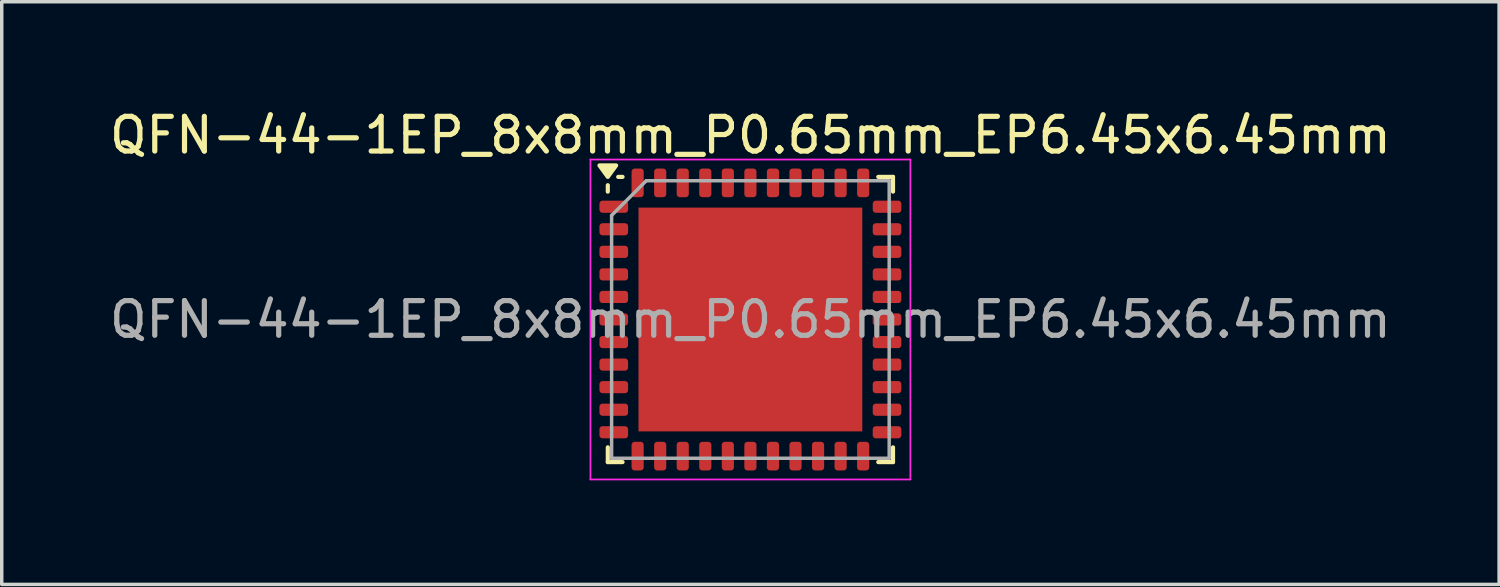
<source format=kicad_pcb>
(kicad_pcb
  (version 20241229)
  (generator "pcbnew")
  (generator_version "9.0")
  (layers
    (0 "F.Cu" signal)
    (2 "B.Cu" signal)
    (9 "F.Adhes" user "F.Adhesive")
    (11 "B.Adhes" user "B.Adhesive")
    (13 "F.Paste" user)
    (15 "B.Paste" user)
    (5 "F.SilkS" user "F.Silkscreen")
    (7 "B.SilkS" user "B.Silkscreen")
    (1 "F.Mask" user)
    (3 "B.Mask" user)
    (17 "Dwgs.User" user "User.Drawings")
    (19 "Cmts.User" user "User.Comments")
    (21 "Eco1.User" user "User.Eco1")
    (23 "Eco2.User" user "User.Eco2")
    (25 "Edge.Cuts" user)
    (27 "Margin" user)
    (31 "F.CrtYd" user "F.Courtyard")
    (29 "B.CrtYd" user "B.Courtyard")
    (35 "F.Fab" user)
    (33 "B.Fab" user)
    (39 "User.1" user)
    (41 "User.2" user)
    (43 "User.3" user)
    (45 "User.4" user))
  (footprint "QFN-44-1EP_8x8mm_P0.65mm_EP6.45x6.45mm"
    (layer "F.Cu")
    (at 18.577 6.158)
    (property "Reference" "QFN-44-1EP_8x8mm_P0.65mm_EP6.45x6.45mm" (at 0 -5.31 0) (layer "F.SilkS") (effects (font (size 1 1) (thickness 0.15))))
    (attr smd)
    (fp_line (start -4.11 -3.685) (end -4.11 -3.87) (stroke (width 0.12) (type solid)) (layer "F.SilkS"))
    (fp_line (start -4.11 4.11) (end -4.11 3.685) (stroke (width 0.12) (type solid)) (layer "F.SilkS"))
    (fp_line (start -3.685 -4.11) (end -3.81 -4.11) (stroke (width 0.12) (type solid)) (layer "F.SilkS"))
    (fp_line (start -3.685 4.11) (end -4.11 4.11) (stroke (width 0.12) (type solid)) (layer "F.SilkS"))
    (fp_line (start 3.685 -4.11) (end 4.11 -4.11) (stroke (width 0.12) (type solid)) (layer "F.SilkS"))
    (fp_line (start 3.685 4.11) (end 4.11 4.11) (stroke (width 0.12) (type solid)) (layer "F.SilkS"))
    (fp_line (start 4.11 -4.11) (end 4.11 -3.685) (stroke (width 0.12) (type solid)) (layer "F.SilkS"))
    (fp_line (start 4.11 4.11) (end 4.11 3.685) (stroke (width 0.12) (type solid)) (layer "F.SilkS"))
    (fp_poly (pts (xy -4.11 -4.11) (xy -4.35 -4.44) (xy -3.87 -4.44) (xy -4.11 -4.11)) (stroke (width 0.12) (type solid)) (fill yes) (layer "F.SilkS"))
    (fp_line (start -4.61 -4.61) (end -4.61 4.61) (stroke (width 0.05) (type solid)) (layer "F.CrtYd"))
    (fp_line (start -4.61 4.61) (end 4.61 4.61) (stroke (width 0.05) (type solid)) (layer "F.CrtYd"))
    (fp_line (start 4.61 -4.61) (end -4.61 -4.61) (stroke (width 0.05) (type solid)) (layer "F.CrtYd"))
    (fp_line (start 4.61 4.61) (end 4.61 -4.61) (stroke (width 0.05) (type solid)) (layer "F.CrtYd"))
    (fp_line (start -4 -3) (end -3 -4) (stroke (width 0.1) (type solid)) (layer "F.Fab"))
    (fp_line (start -4 4) (end -4 -3) (stroke (width 0.1) (type solid)) (layer "F.Fab"))
    (fp_line (start -3 -4) (end 4 -4) (stroke (width 0.1) (type solid)) (layer "F.Fab"))
    (fp_line (start 4 -4) (end 4 4) (stroke (width 0.1) (type solid)) (layer "F.Fab"))
    (fp_line (start 4 4) (end -4 4) (stroke (width 0.1) (type solid)) (layer "F.Fab"))
    (fp_text user "${REFERENCE}" (at 0 0 0) (layer "F.Fab") (effects (font (size 1 1) (thickness 0.15))))
    (pad "" smd roundrect (at -2.58 -2.58) (size 1.04 1.04) (layers "F.Paste") (roundrect_rratio 0.24))
    (pad "" smd roundrect (at -2.58 -1.29) (size 1.04 1.04) (layers "F.Paste") (roundrect_rratio 0.24))
    (pad "" smd roundrect (at -2.58 0) (size 1.04 1.04) (layers "F.Paste") (roundrect_rratio 0.24))
    (pad "" smd roundrect (at -2.58 1.29) (size 1.04 1.04) (layers "F.Paste") (roundrect_rratio 0.24))
    (pad "" smd roundrect (at -2.58 2.58) (size 1.04 1.04) (layers "F.Paste") (roundrect_rratio 0.24))
    (pad "" smd roundrect (at -1.29 -2.58) (size 1.04 1.04) (layers "F.Paste") (roundrect_rratio 0.24))
    (pad "" smd roundrect (at -1.29 -1.29) (size 1.04 1.04) (layers "F.Paste") (roundrect_rratio 0.24))
    (pad "" smd roundrect (at -1.29 0) (size 1.04 1.04) (layers "F.Paste") (roundrect_rratio 0.24))
    (pad "" smd roundrect (at -1.29 1.29) (size 1.04 1.04) (layers "F.Paste") (roundrect_rratio 0.24))
    (pad "" smd roundrect (at -1.29 2.58) (size 1.04 1.04) (layers "F.Paste") (roundrect_rratio 0.24))
    (pad "" smd roundrect (at 0 -2.58) (size 1.04 1.04) (layers "F.Paste") (roundrect_rratio 0.24))
    (pad "" smd roundrect (at 0 -1.29) (size 1.04 1.04) (layers "F.Paste") (roundrect_rratio 0.24))
    (pad "" smd roundrect (at 0 0) (size 1.04 1.04) (layers "F.Paste") (roundrect_rratio 0.24))
    (pad "" smd roundrect (at 0 1.29) (size 1.04 1.04) (layers "F.Paste") (roundrect_rratio 0.24))
    (pad "" smd roundrect (at 0 2.58) (size 1.04 1.04) (layers "F.Paste") (roundrect_rratio 0.24))
    (pad "" smd roundrect (at 1.29 -2.58) (size 1.04 1.04) (layers "F.Paste") (roundrect_rratio 0.24))
    (pad "" smd roundrect (at 1.29 -1.29) (size 1.04 1.04) (layers "F.Paste") (roundrect_rratio 0.24))
    (pad "" smd roundrect (at 1.29 0) (size 1.04 1.04) (layers "F.Paste") (roundrect_rratio 0.24))
    (pad "" smd roundrect (at 1.29 1.29) (size 1.04 1.04) (layers "F.Paste") (roundrect_rratio 0.24))
    (pad "" smd roundrect (at 1.29 2.58) (size 1.04 1.04) (layers "F.Paste") (roundrect_rratio 0.24))
    (pad "" smd roundrect (at 2.58 -2.58) (size 1.04 1.04) (layers "F.Paste") (roundrect_rratio 0.24))
    (pad "" smd roundrect (at 2.58 -1.29) (size 1.04 1.04) (layers "F.Paste") (roundrect_rratio 0.24))
    (pad "" smd roundrect (at 2.58 0) (size 1.04 1.04) (layers "F.Paste") (roundrect_rratio 0.24))
    (pad "" smd roundrect (at 2.58 1.29) (size 1.04 1.04) (layers "F.Paste") (roundrect_rratio 0.24))
    (pad "" smd roundrect (at 2.58 2.58) (size 1.04 1.04) (layers "F.Paste") (roundrect_rratio 0.24))
    (pad "1" smd roundrect (at -3.938 -3.25) (size 0.825 0.35) (layers "F.Cu" "F.Mask" "F.Paste") (roundrect_rratio 0.25))
    (pad "2" smd roundrect (at -3.938 -2.6) (size 0.825 0.35) (layers "F.Cu" "F.Mask" "F.Paste") (roundrect_rratio 0.25))
    (pad "3" smd roundrect (at -3.938 -1.95) (size 0.825 0.35) (layers "F.Cu" "F.Mask" "F.Paste") (roundrect_rratio 0.25))
    (pad "4" smd roundrect (at -3.938 -1.3) (size 0.825 0.35) (layers "F.Cu" "F.Mask" "F.Paste") (roundrect_rratio 0.25))
    (pad "5" smd roundrect (at -3.938 -0.65) (size 0.825 0.35) (layers "F.Cu" "F.Mask" "F.Paste") (roundrect_rratio 0.25))
    (pad "6" smd roundrect (at -3.938 0) (size 0.825 0.35) (layers "F.Cu" "F.Mask" "F.Paste") (roundrect_rratio 0.25))
    (pad "7" smd roundrect (at -3.938 0.65) (size 0.825 0.35) (layers "F.Cu" "F.Mask" "F.Paste") (roundrect_rratio 0.25))
    (pad "8" smd roundrect (at -3.938 1.3) (size 0.825 0.35) (layers "F.Cu" "F.Mask" "F.Paste") (roundrect_rratio 0.25))
    (pad "9" smd roundrect (at -3.938 1.95) (size 0.825 0.35) (layers "F.Cu" "F.Mask" "F.Paste") (roundrect_rratio 0.25))
    (pad "10" smd roundrect (at -3.938 2.6) (size 0.825 0.35) (layers "F.Cu" "F.Mask" "F.Paste") (roundrect_rratio 0.25))
    (pad "11" smd roundrect (at -3.938 3.25) (size 0.825 0.35) (layers "F.Cu" "F.Mask" "F.Paste") (roundrect_rratio 0.25))
    (pad "12" smd roundrect (at -3.25 3.938) (size 0.35 0.825) (layers "F.Cu" "F.Mask" "F.Paste") (roundrect_rratio 0.25))
    (pad "13" smd roundrect (at -2.6 3.938) (size 0.35 0.825) (layers "F.Cu" "F.Mask" "F.Paste") (roundrect_rratio 0.25))
    (pad "14" smd roundrect (at -1.95 3.938) (size 0.35 0.825) (layers "F.Cu" "F.Mask" "F.Paste") (roundrect_rratio 0.25))
    (pad "15" smd roundrect (at -1.3 3.938) (size 0.35 0.825) (layers "F.Cu" "F.Mask" "F.Paste") (roundrect_rratio 0.25))
    (pad "16" smd roundrect (at -0.65 3.938) (size 0.35 0.825) (layers "F.Cu" "F.Mask" "F.Paste") (roundrect_rratio 0.25))
    (pad "17" smd roundrect (at 0 3.938) (size 0.35 0.825) (layers "F.Cu" "F.Mask" "F.Paste") (roundrect_rratio 0.25))
    (pad "18" smd roundrect (at 0.65 3.938) (size 0.35 0.825) (layers "F.Cu" "F.Mask" "F.Paste") (roundrect_rratio 0.25))
    (pad "19" smd roundrect (at 1.3 3.938) (size 0.35 0.825) (layers "F.Cu" "F.Mask" "F.Paste") (roundrect_rratio 0.25))
    (pad "20" smd roundrect (at 1.95 3.938) (size 0.35 0.825) (layers "F.Cu" "F.Mask" "F.Paste") (roundrect_rratio 0.25))
    (pad "21" smd roundrect (at 2.6 3.938) (size 0.35 0.825) (layers "F.Cu" "F.Mask" "F.Paste") (roundrect_rratio 0.25))
    (pad "22" smd roundrect (at 3.25 3.938) (size 0.35 0.825) (layers "F.Cu" "F.Mask" "F.Paste") (roundrect_rratio 0.25))
    (pad "23" smd roundrect (at 3.938 3.25) (size 0.825 0.35) (layers "F.Cu" "F.Mask" "F.Paste") (roundrect_rratio 0.25))
    (pad "24" smd roundrect (at 3.938 2.6) (size 0.825 0.35) (layers "F.Cu" "F.Mask" "F.Paste") (roundrect_rratio 0.25))
    (pad "25" smd roundrect (at 3.938 1.95) (size 0.825 0.35) (layers "F.Cu" "F.Mask" "F.Paste") (roundrect_rratio 0.25))
    (pad "26" smd roundrect (at 3.938 1.3) (size 0.825 0.35) (layers "F.Cu" "F.Mask" "F.Paste") (roundrect_rratio 0.25))
    (pad "27" smd roundrect (at 3.938 0.65) (size 0.825 0.35) (layers "F.Cu" "F.Mask" "F.Paste") (roundrect_rratio 0.25))
    (pad "28" smd roundrect (at 3.938 0) (size 0.825 0.35) (layers "F.Cu" "F.Mask" "F.Paste") (roundrect_rratio 0.25))
    (pad "29" smd roundrect (at 3.938 -0.65) (size 0.825 0.35) (layers "F.Cu" "F.Mask" "F.Paste") (roundrect_rratio 0.25))
    (pad "30" smd roundrect (at 3.938 -1.3) (size 0.825 0.35) (layers "F.Cu" "F.Mask" "F.Paste") (roundrect_rratio 0.25))
    (pad "31" smd roundrect (at 3.938 -1.95) (size 0.825 0.35) (layers "F.Cu" "F.Mask" "F.Paste") (roundrect_rratio 0.25))
    (pad "32" smd roundrect (at 3.938 -2.6) (size 0.825 0.35) (layers "F.Cu" "F.Mask" "F.Paste") (roundrect_rratio 0.25))
    (pad "33" smd roundrect (at 3.938 -3.25) (size 0.825 0.35) (layers "F.Cu" "F.Mask" "F.Paste") (roundrect_rratio 0.25))
    (pad "34" smd roundrect (at 3.25 -3.938) (size 0.35 0.825) (layers "F.Cu" "F.Mask" "F.Paste") (roundrect_rratio 0.25))
    (pad "35" smd roundrect (at 2.6 -3.938) (size 0.35 0.825) (layers "F.Cu" "F.Mask" "F.Paste") (roundrect_rratio 0.25))
    (pad "36" smd roundrect (at 1.95 -3.938) (size 0.35 0.825) (layers "F.Cu" "F.Mask" "F.Paste") (roundrect_rratio 0.25))
    (pad "37" smd roundrect (at 1.3 -3.938) (size 0.35 0.825) (layers "F.Cu" "F.Mask" "F.Paste") (roundrect_rratio 0.25))
    (pad "38" smd roundrect (at 0.65 -3.938) (size 0.35 0.825) (layers "F.Cu" "F.Mask" "F.Paste") (roundrect_rratio 0.25))
    (pad "39" smd roundrect (at 0 -3.938) (size 0.35 0.825) (layers "F.Cu" "F.Mask" "F.Paste") (roundrect_rratio 0.25))
    (pad "40" smd roundrect (at -0.65 -3.938) (size 0.35 0.825) (layers "F.Cu" "F.Mask" "F.Paste") (roundrect_rratio 0.25))
    (pad "41" smd roundrect (at -1.3 -3.938) (size 0.35 0.825) (layers "F.Cu" "F.Mask" "F.Paste") (roundrect_rratio 0.25))
    (pad "42" smd roundrect (at -1.95 -3.938) (size 0.35 0.825) (layers "F.Cu" "F.Mask" "F.Paste") (roundrect_rratio 0.25))
    (pad "43" smd roundrect (at -2.6 -3.938) (size 0.35 0.825) (layers "F.Cu" "F.Mask" "F.Paste") (roundrect_rratio 0.25))
    (pad "44" smd roundrect (at -3.25 -3.938) (size 0.35 0.825) (layers "F.Cu" "F.Mask" "F.Paste") (roundrect_rratio 0.25))
    (pad "45" smd rect (at 0 0) (size 6.45 6.45) (property pad_prop_heatsink) (layers "F.Cu" "F.Mask")))
  (gr_rect
    (start -3 -3)
    (end 40.155 13.793)
    (stroke (width 0.1) (type default))
    (fill no)
    (layer "Edge.Cuts")))
</source>
